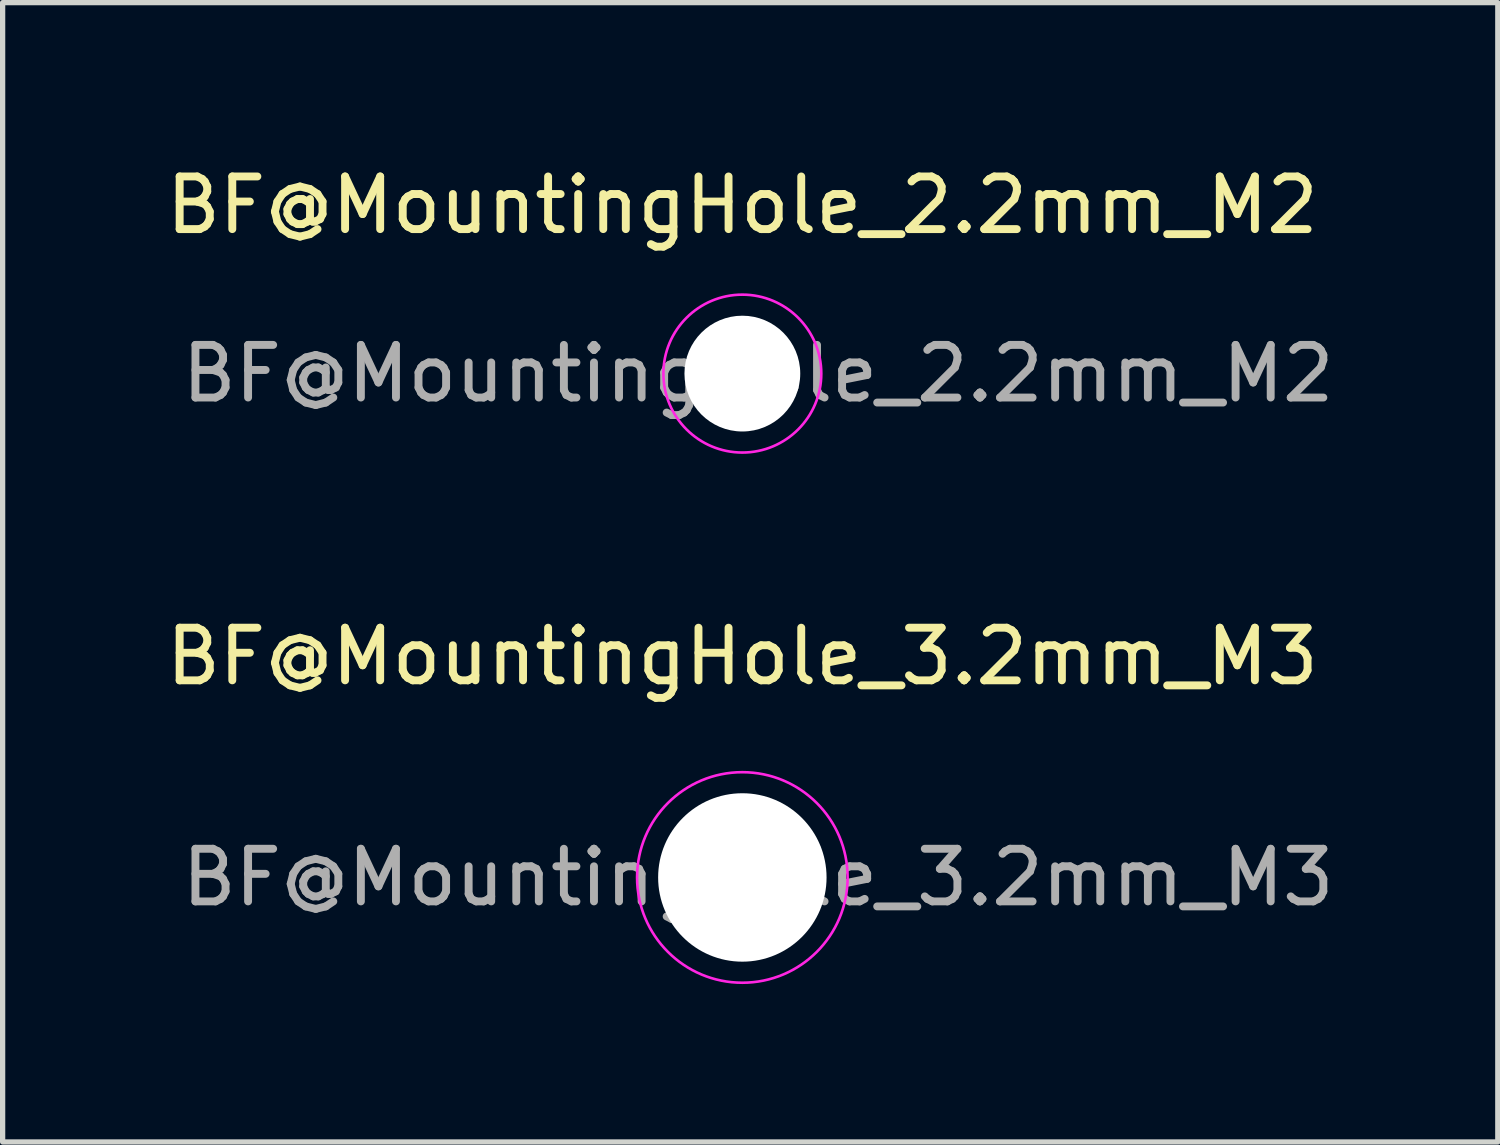
<source format=kicad_pcb>
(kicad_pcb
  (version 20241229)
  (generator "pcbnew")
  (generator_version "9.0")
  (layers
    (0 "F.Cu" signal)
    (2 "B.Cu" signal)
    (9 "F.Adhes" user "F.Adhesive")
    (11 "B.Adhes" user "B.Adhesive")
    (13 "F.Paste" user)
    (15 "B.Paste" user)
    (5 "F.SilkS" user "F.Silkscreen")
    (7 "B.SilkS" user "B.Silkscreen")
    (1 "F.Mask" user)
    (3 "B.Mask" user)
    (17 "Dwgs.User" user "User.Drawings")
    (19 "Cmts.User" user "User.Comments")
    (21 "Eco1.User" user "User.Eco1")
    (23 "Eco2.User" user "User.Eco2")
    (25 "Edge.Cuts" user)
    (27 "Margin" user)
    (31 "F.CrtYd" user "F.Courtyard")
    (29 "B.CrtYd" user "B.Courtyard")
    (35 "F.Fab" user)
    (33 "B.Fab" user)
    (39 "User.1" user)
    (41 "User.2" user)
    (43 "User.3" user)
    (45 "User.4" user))
  (footprint "BF@MountingHole_2.2mm_M2"
    (layer "F.Cu")
    (at 11.054 4.048)
    (property "Reference" "BF@MountingHole_2.2mm_M2" (at 0 -3.2 0) (layer "F.SilkS") (effects (font (size 1 1) (thickness 0.15))))
    (attr exclude_from_pos_files)
    (fp_circle (center 0 0) (end 1.5 0) (stroke (width 0.05) (type solid)) (fill no) (layer "F.CrtYd"))
    (fp_text user "${REFERENCE}" (at 0.3 0 0) (layer "F.Fab") (effects (font (size 1 1) (thickness 0.15))))
    (pad "" np_thru_hole circle (at 0 0) (size 2.2 2.2) (drill 2.2) (layers "*.Cu" "*.Mask")))
  (footprint "BF@MountingHole_3.2mm_M3"
    (layer "F.Cu")
    (at 11.054 13.621)
    (property "Reference" "BF@MountingHole_3.2mm_M3" (at 0 -4.2 0) (layer "F.SilkS") (effects (font (size 1 1) (thickness 0.15))))
    (attr exclude_from_pos_files)
    (fp_circle (center 0 0) (end 2 0) (stroke (width 0.05) (type solid)) (fill no) (layer "F.CrtYd"))
    (fp_text user "${REFERENCE}" (at 0.3 0 0) (layer "F.Fab") (effects (font (size 1 1) (thickness 0.15))))
    (pad "" np_thru_hole circle (at 0 0) (size 3.2 3.2) (drill 3.2) (layers "*.Cu" "*.Mask")))
  (gr_rect
    (start -3 -3)
    (end 25.407 18.646)
    (stroke (width 0.1) (type default))
    (fill no)
    (layer "Edge.Cuts")))
</source>
